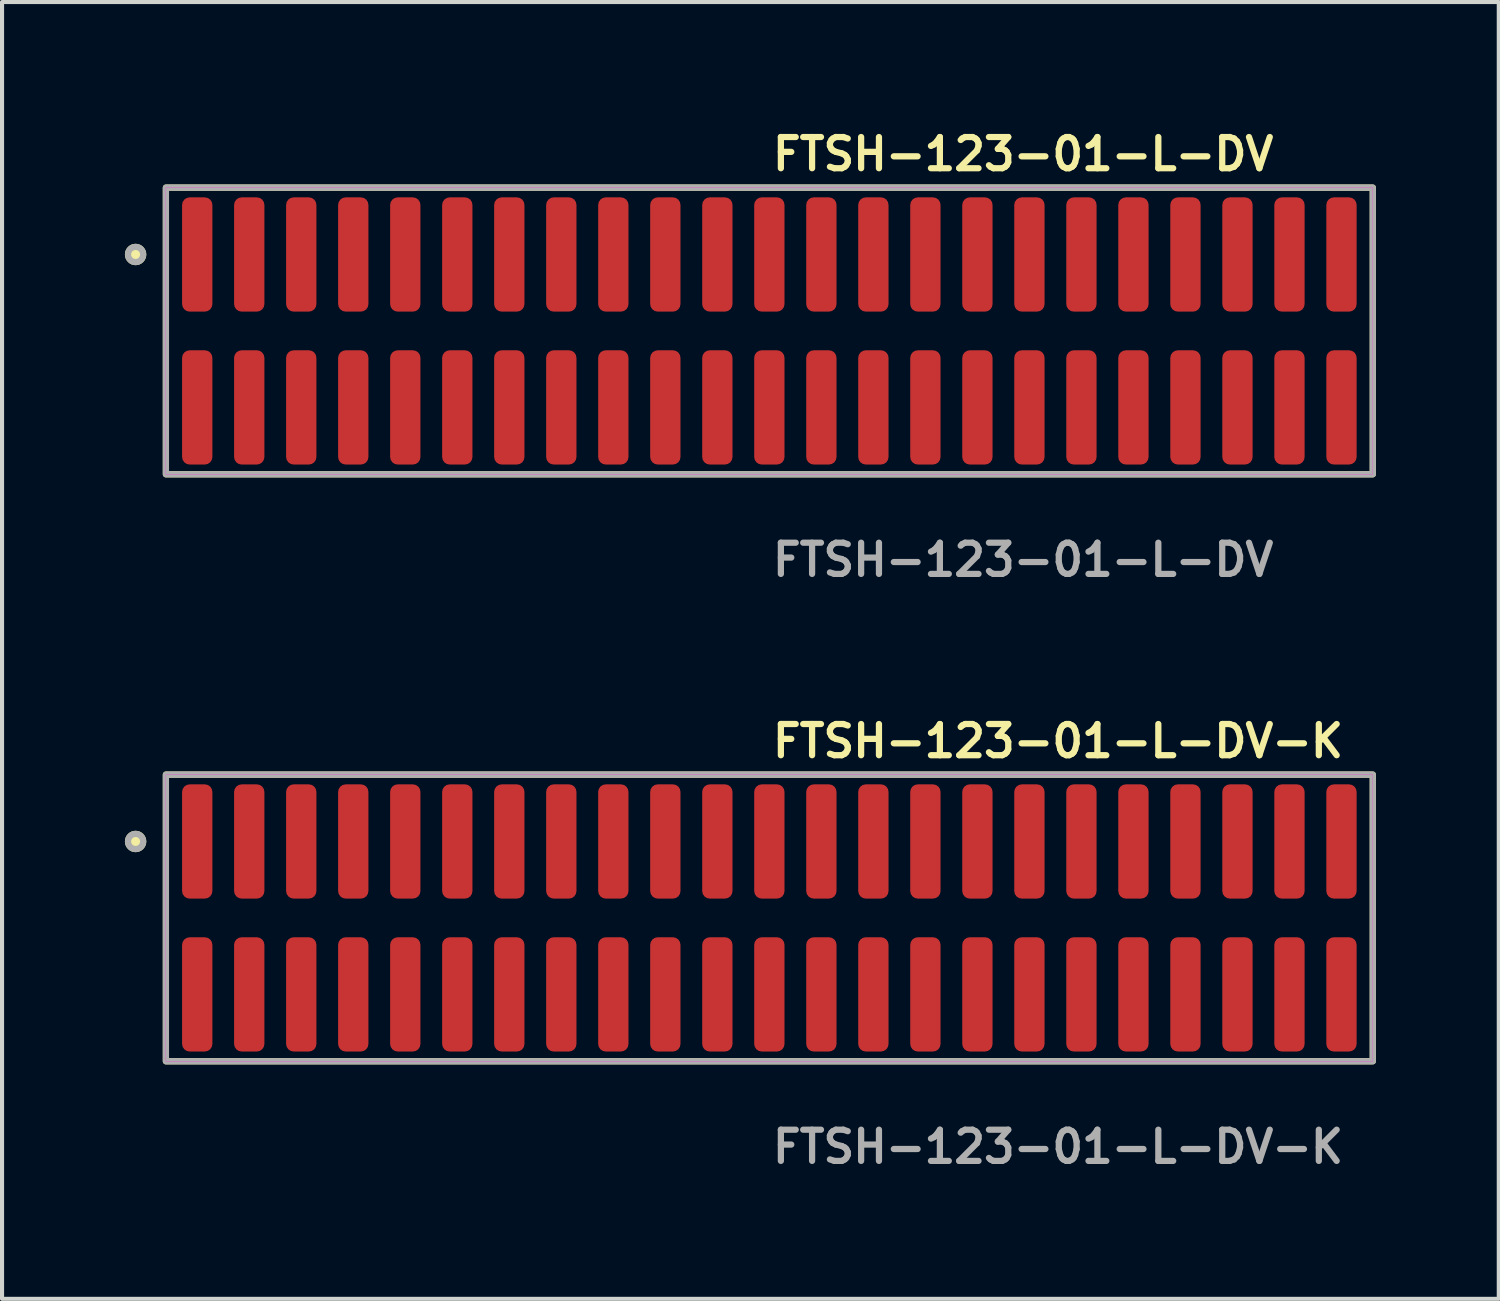
<source format=kicad_pcb>
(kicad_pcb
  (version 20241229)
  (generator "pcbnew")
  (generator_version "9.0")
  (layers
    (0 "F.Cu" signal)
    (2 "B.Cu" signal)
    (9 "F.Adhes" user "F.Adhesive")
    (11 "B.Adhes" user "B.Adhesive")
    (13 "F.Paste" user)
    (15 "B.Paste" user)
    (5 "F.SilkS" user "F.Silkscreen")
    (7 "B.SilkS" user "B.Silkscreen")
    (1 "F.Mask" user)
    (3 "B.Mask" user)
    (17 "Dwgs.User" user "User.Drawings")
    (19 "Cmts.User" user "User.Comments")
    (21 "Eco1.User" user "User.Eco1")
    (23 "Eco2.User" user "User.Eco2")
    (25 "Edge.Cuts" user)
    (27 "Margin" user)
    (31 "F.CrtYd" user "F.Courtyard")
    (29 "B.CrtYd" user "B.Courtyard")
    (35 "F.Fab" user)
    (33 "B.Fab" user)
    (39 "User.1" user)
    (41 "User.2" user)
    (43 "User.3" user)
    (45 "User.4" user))
  (footprint "FTSH-123-01-L-DV-K"
    (layer "F.Cu")
    (at 15.736 19.364)
    (property "Reference" "FTSH-123-01-L-DV-K" (at 0 -4.318 0) (unlocked yes) (layer "F.SilkS") (effects (font (size 0.762 0.762) (thickness 0.152)) (justify left)))
    (fp_rect (start -14.735 3.5) (end 14.735 -3.5) (stroke (width 0.152) (type solid)) (fill no) (layer "F.SilkS"))
    (fp_circle (center -15.475 -1.867) (end -15.66 -1.867) (stroke (width 0.152) (type solid)) (fill yes) (layer "F.SilkS"))
    (fp_rect (start -14.735 3.5) (end 14.735 -3.5) (stroke (width 0.006) (type solid)) (fill no) (layer "F.CrtYd"))
    (fp_rect (start -14.735 3.5) (end 14.735 -3.5) (stroke (width 0.152) (type solid)) (fill no) (layer "F.Fab"))
    (fp_circle (center -15.475 -1.867) (end -15.66 -1.867) (stroke (width 0.152) (type solid)) (fill no) (layer "F.Fab"))
    (fp_text user "${REFERENCE}" (at 0 5.588 0) (unlocked yes) (layer "F.Fab") (effects (font (size 0.762 0.762) (thickness 0.152)) (justify left)))
    (pad "1" smd roundrect (at -13.97 -1.867) (size 0.74 2.79) (layers "F.Cu" "F.Paste") (roundrect_rratio 0.25))
    (pad "2" smd roundrect (at -13.97 1.867) (size 0.74 2.79) (layers "F.Cu" "F.Paste") (roundrect_rratio 0.25))
    (pad "3" smd roundrect (at -12.7 -1.867) (size 0.74 2.79) (layers "F.Cu" "F.Paste") (roundrect_rratio 0.25))
    (pad "4" smd roundrect (at -12.7 1.867) (size 0.74 2.79) (layers "F.Cu" "F.Paste") (roundrect_rratio 0.25))
    (pad "5" smd roundrect (at -11.43 -1.867) (size 0.74 2.79) (layers "F.Cu" "F.Paste") (roundrect_rratio 0.25))
    (pad "6" smd roundrect (at -11.43 1.867) (size 0.74 2.79) (layers "F.Cu" "F.Paste") (roundrect_rratio 0.25))
    (pad "7" smd roundrect (at -10.16 -1.867) (size 0.74 2.79) (layers "F.Cu" "F.Paste") (roundrect_rratio 0.25))
    (pad "8" smd roundrect (at -10.16 1.867) (size 0.74 2.79) (layers "F.Cu" "F.Paste") (roundrect_rratio 0.25))
    (pad "9" smd roundrect (at -8.89 -1.867) (size 0.74 2.79) (layers "F.Cu" "F.Paste") (roundrect_rratio 0.25))
    (pad "10" smd roundrect (at -8.89 1.867) (size 0.74 2.79) (layers "F.Cu" "F.Paste") (roundrect_rratio 0.25))
    (pad "11" smd roundrect (at -7.62 -1.867) (size 0.74 2.79) (layers "F.Cu" "F.Paste") (roundrect_rratio 0.25))
    (pad "12" smd roundrect (at -7.62 1.867) (size 0.74 2.79) (layers "F.Cu" "F.Paste") (roundrect_rratio 0.25))
    (pad "13" smd roundrect (at -6.35 -1.867) (size 0.74 2.79) (layers "F.Cu" "F.Paste") (roundrect_rratio 0.25))
    (pad "14" smd roundrect (at -6.35 1.867) (size 0.74 2.79) (layers "F.Cu" "F.Paste") (roundrect_rratio 0.25))
    (pad "15" smd roundrect (at -5.08 -1.867) (size 0.74 2.79) (layers "F.Cu" "F.Paste") (roundrect_rratio 0.25))
    (pad "16" smd roundrect (at -5.08 1.867) (size 0.74 2.79) (layers "F.Cu" "F.Paste") (roundrect_rratio 0.25))
    (pad "17" smd roundrect (at -3.81 -1.867) (size 0.74 2.79) (layers "F.Cu" "F.Paste") (roundrect_rratio 0.25))
    (pad "18" smd roundrect (at -3.81 1.867) (size 0.74 2.79) (layers "F.Cu" "F.Paste") (roundrect_rratio 0.25))
    (pad "19" smd roundrect (at -2.54 -1.867) (size 0.74 2.79) (layers "F.Cu" "F.Paste") (roundrect_rratio 0.25))
    (pad "20" smd roundrect (at -2.54 1.867) (size 0.74 2.79) (layers "F.Cu" "F.Paste") (roundrect_rratio 0.25))
    (pad "21" smd roundrect (at -1.27 -1.867) (size 0.74 2.79) (layers "F.Cu" "F.Paste") (roundrect_rratio 0.25))
    (pad "22" smd roundrect (at -1.27 1.867) (size 0.74 2.79) (layers "F.Cu" "F.Paste") (roundrect_rratio 0.25))
    (pad "23" smd roundrect (at 0 -1.867) (size 0.74 2.79) (layers "F.Cu" "F.Paste") (roundrect_rratio 0.25))
    (pad "24" smd roundrect (at 0 1.867) (size 0.74 2.79) (layers "F.Cu" "F.Paste") (roundrect_rratio 0.25))
    (pad "25" smd roundrect (at 1.27 -1.867) (size 0.74 2.79) (layers "F.Cu" "F.Paste") (roundrect_rratio 0.25))
    (pad "26" smd roundrect (at 1.27 1.867) (size 0.74 2.79) (layers "F.Cu" "F.Paste") (roundrect_rratio 0.25))
    (pad "27" smd roundrect (at 2.54 -1.867) (size 0.74 2.79) (layers "F.Cu" "F.Paste") (roundrect_rratio 0.25))
    (pad "28" smd roundrect (at 2.54 1.867) (size 0.74 2.79) (layers "F.Cu" "F.Paste") (roundrect_rratio 0.25))
    (pad "29" smd roundrect (at 3.81 -1.867) (size 0.74 2.79) (layers "F.Cu" "F.Paste") (roundrect_rratio 0.25))
    (pad "30" smd roundrect (at 3.81 1.867) (size 0.74 2.79) (layers "F.Cu" "F.Paste") (roundrect_rratio 0.25))
    (pad "31" smd roundrect (at 5.08 -1.867) (size 0.74 2.79) (layers "F.Cu" "F.Paste") (roundrect_rratio 0.25))
    (pad "32" smd roundrect (at 5.08 1.867) (size 0.74 2.79) (layers "F.Cu" "F.Paste") (roundrect_rratio 0.25))
    (pad "33" smd roundrect (at 6.35 -1.867) (size 0.74 2.79) (layers "F.Cu" "F.Paste") (roundrect_rratio 0.25))
    (pad "34" smd roundrect (at 6.35 1.867) (size 0.74 2.79) (layers "F.Cu" "F.Paste") (roundrect_rratio 0.25))
    (pad "35" smd roundrect (at 7.62 -1.867) (size 0.74 2.79) (layers "F.Cu" "F.Paste") (roundrect_rratio 0.25))
    (pad "36" smd roundrect (at 7.62 1.867) (size 0.74 2.79) (layers "F.Cu" "F.Paste") (roundrect_rratio 0.25))
    (pad "37" smd roundrect (at 8.89 -1.867) (size 0.74 2.79) (layers "F.Cu" "F.Paste") (roundrect_rratio 0.25))
    (pad "38" smd roundrect (at 8.89 1.867) (size 0.74 2.79) (layers "F.Cu" "F.Paste") (roundrect_rratio 0.25))
    (pad "39" smd roundrect (at 10.16 -1.867) (size 0.74 2.79) (layers "F.Cu" "F.Paste") (roundrect_rratio 0.25))
    (pad "40" smd roundrect (at 10.16 1.867) (size 0.74 2.79) (layers "F.Cu" "F.Paste") (roundrect_rratio 0.25))
    (pad "41" smd roundrect (at 11.43 -1.867) (size 0.74 2.79) (layers "F.Cu" "F.Paste") (roundrect_rratio 0.25))
    (pad "42" smd roundrect (at 11.43 1.867) (size 0.74 2.79) (layers "F.Cu" "F.Paste") (roundrect_rratio 0.25))
    (pad "43" smd roundrect (at 12.7 -1.867) (size 0.74 2.79) (layers "F.Cu" "F.Paste") (roundrect_rratio 0.25))
    (pad "44" smd roundrect (at 12.7 1.867) (size 0.74 2.79) (layers "F.Cu" "F.Paste") (roundrect_rratio 0.25))
    (pad "45" smd roundrect (at 13.97 -1.867) (size 0.74 2.79) (layers "F.Cu" "F.Paste") (roundrect_rratio 0.25))
    (pad "46" smd roundrect (at 13.97 1.867) (size 0.74 2.79) (layers "F.Cu" "F.Paste") (roundrect_rratio 0.25)))
  (footprint "FTSH-123-01-L-DV"
    (layer "F.Cu")
    (at 15.736 5.031)
    (property "Reference" "FTSH-123-01-L-DV" (at 0 -4.318 0) (unlocked yes) (layer "F.SilkS") (effects (font (size 0.762 0.762) (thickness 0.152)) (justify left)))
    (fp_rect (start -14.735 3.5) (end 14.735 -3.5) (stroke (width 0.152) (type solid)) (fill no) (layer "F.SilkS"))
    (fp_circle (center -15.475 -1.867) (end -15.66 -1.867) (stroke (width 0.152) (type solid)) (fill yes) (layer "F.SilkS"))
    (fp_rect (start -14.735 3.5) (end 14.735 -3.5) (stroke (width 0.006) (type solid)) (fill no) (layer "F.CrtYd"))
    (fp_rect (start -14.735 3.5) (end 14.735 -3.5) (stroke (width 0.152) (type solid)) (fill no) (layer "F.Fab"))
    (fp_circle (center -15.475 -1.867) (end -15.66 -1.867) (stroke (width 0.152) (type solid)) (fill no) (layer "F.Fab"))
    (fp_text user "${REFERENCE}" (at 0 5.588 0) (unlocked yes) (layer "F.Fab") (effects (font (size 0.762 0.762) (thickness 0.152)) (justify left)))
    (pad "1" smd roundrect (at -13.97 -1.867) (size 0.74 2.79) (layers "F.Cu" "F.Paste") (roundrect_rratio 0.25))
    (pad "2" smd roundrect (at -13.97 1.867) (size 0.74 2.79) (layers "F.Cu" "F.Paste") (roundrect_rratio 0.25))
    (pad "3" smd roundrect (at -12.7 -1.867) (size 0.74 2.79) (layers "F.Cu" "F.Paste") (roundrect_rratio 0.25))
    (pad "4" smd roundrect (at -12.7 1.867) (size 0.74 2.79) (layers "F.Cu" "F.Paste") (roundrect_rratio 0.25))
    (pad "5" smd roundrect (at -11.43 -1.867) (size 0.74 2.79) (layers "F.Cu" "F.Paste") (roundrect_rratio 0.25))
    (pad "6" smd roundrect (at -11.43 1.867) (size 0.74 2.79) (layers "F.Cu" "F.Paste") (roundrect_rratio 0.25))
    (pad "7" smd roundrect (at -10.16 -1.867) (size 0.74 2.79) (layers "F.Cu" "F.Paste") (roundrect_rratio 0.25))
    (pad "8" smd roundrect (at -10.16 1.867) (size 0.74 2.79) (layers "F.Cu" "F.Paste") (roundrect_rratio 0.25))
    (pad "9" smd roundrect (at -8.89 -1.867) (size 0.74 2.79) (layers "F.Cu" "F.Paste") (roundrect_rratio 0.25))
    (pad "10" smd roundrect (at -8.89 1.867) (size 0.74 2.79) (layers "F.Cu" "F.Paste") (roundrect_rratio 0.25))
    (pad "11" smd roundrect (at -7.62 -1.867) (size 0.74 2.79) (layers "F.Cu" "F.Paste") (roundrect_rratio 0.25))
    (pad "12" smd roundrect (at -7.62 1.867) (size 0.74 2.79) (layers "F.Cu" "F.Paste") (roundrect_rratio 0.25))
    (pad "13" smd roundrect (at -6.35 -1.867) (size 0.74 2.79) (layers "F.Cu" "F.Paste") (roundrect_rratio 0.25))
    (pad "14" smd roundrect (at -6.35 1.867) (size 0.74 2.79) (layers "F.Cu" "F.Paste") (roundrect_rratio 0.25))
    (pad "15" smd roundrect (at -5.08 -1.867) (size 0.74 2.79) (layers "F.Cu" "F.Paste") (roundrect_rratio 0.25))
    (pad "16" smd roundrect (at -5.08 1.867) (size 0.74 2.79) (layers "F.Cu" "F.Paste") (roundrect_rratio 0.25))
    (pad "17" smd roundrect (at -3.81 -1.867) (size 0.74 2.79) (layers "F.Cu" "F.Paste") (roundrect_rratio 0.25))
    (pad "18" smd roundrect (at -3.81 1.867) (size 0.74 2.79) (layers "F.Cu" "F.Paste") (roundrect_rratio 0.25))
    (pad "19" smd roundrect (at -2.54 -1.867) (size 0.74 2.79) (layers "F.Cu" "F.Paste") (roundrect_rratio 0.25))
    (pad "20" smd roundrect (at -2.54 1.867) (size 0.74 2.79) (layers "F.Cu" "F.Paste") (roundrect_rratio 0.25))
    (pad "21" smd roundrect (at -1.27 -1.867) (size 0.74 2.79) (layers "F.Cu" "F.Paste") (roundrect_rratio 0.25))
    (pad "22" smd roundrect (at -1.27 1.867) (size 0.74 2.79) (layers "F.Cu" "F.Paste") (roundrect_rratio 0.25))
    (pad "23" smd roundrect (at 0 -1.867) (size 0.74 2.79) (layers "F.Cu" "F.Paste") (roundrect_rratio 0.25))
    (pad "24" smd roundrect (at 0 1.867) (size 0.74 2.79) (layers "F.Cu" "F.Paste") (roundrect_rratio 0.25))
    (pad "25" smd roundrect (at 1.27 -1.867) (size 0.74 2.79) (layers "F.Cu" "F.Paste") (roundrect_rratio 0.25))
    (pad "26" smd roundrect (at 1.27 1.867) (size 0.74 2.79) (layers "F.Cu" "F.Paste") (roundrect_rratio 0.25))
    (pad "27" smd roundrect (at 2.54 -1.867) (size 0.74 2.79) (layers "F.Cu" "F.Paste") (roundrect_rratio 0.25))
    (pad "28" smd roundrect (at 2.54 1.867) (size 0.74 2.79) (layers "F.Cu" "F.Paste") (roundrect_rratio 0.25))
    (pad "29" smd roundrect (at 3.81 -1.867) (size 0.74 2.79) (layers "F.Cu" "F.Paste") (roundrect_rratio 0.25))
    (pad "30" smd roundrect (at 3.81 1.867) (size 0.74 2.79) (layers "F.Cu" "F.Paste") (roundrect_rratio 0.25))
    (pad "31" smd roundrect (at 5.08 -1.867) (size 0.74 2.79) (layers "F.Cu" "F.Paste") (roundrect_rratio 0.25))
    (pad "32" smd roundrect (at 5.08 1.867) (size 0.74 2.79) (layers "F.Cu" "F.Paste") (roundrect_rratio 0.25))
    (pad "33" smd roundrect (at 6.35 -1.867) (size 0.74 2.79) (layers "F.Cu" "F.Paste") (roundrect_rratio 0.25))
    (pad "34" smd roundrect (at 6.35 1.867) (size 0.74 2.79) (layers "F.Cu" "F.Paste") (roundrect_rratio 0.25))
    (pad "35" smd roundrect (at 7.62 -1.867) (size 0.74 2.79) (layers "F.Cu" "F.Paste") (roundrect_rratio 0.25))
    (pad "36" smd roundrect (at 7.62 1.867) (size 0.74 2.79) (layers "F.Cu" "F.Paste") (roundrect_rratio 0.25))
    (pad "37" smd roundrect (at 8.89 -1.867) (size 0.74 2.79) (layers "F.Cu" "F.Paste") (roundrect_rratio 0.25))
    (pad "38" smd roundrect (at 8.89 1.867) (size 0.74 2.79) (layers "F.Cu" "F.Paste") (roundrect_rratio 0.25))
    (pad "39" smd roundrect (at 10.16 -1.867) (size 0.74 2.79) (layers "F.Cu" "F.Paste") (roundrect_rratio 0.25))
    (pad "40" smd roundrect (at 10.16 1.867) (size 0.74 2.79) (layers "F.Cu" "F.Paste") (roundrect_rratio 0.25))
    (pad "41" smd roundrect (at 11.43 -1.867) (size 0.74 2.79) (layers "F.Cu" "F.Paste") (roundrect_rratio 0.25))
    (pad "42" smd roundrect (at 11.43 1.867) (size 0.74 2.79) (layers "F.Cu" "F.Paste") (roundrect_rratio 0.25))
    (pad "43" smd roundrect (at 12.7 -1.867) (size 0.74 2.79) (layers "F.Cu" "F.Paste") (roundrect_rratio 0.25))
    (pad "44" smd roundrect (at 12.7 1.867) (size 0.74 2.79) (layers "F.Cu" "F.Paste") (roundrect_rratio 0.25))
    (pad "45" smd roundrect (at 13.97 -1.867) (size 0.74 2.79) (layers "F.Cu" "F.Paste") (roundrect_rratio 0.25))
    (pad "46" smd roundrect (at 13.97 1.867) (size 0.74 2.79) (layers "F.Cu" "F.Paste") (roundrect_rratio 0.25)))
  (gr_rect
    (start -3 -3)
    (end 33.547 28.665)
    (stroke (width 0.1) (type default))
    (fill no)
    (layer "Edge.Cuts")))
</source>
